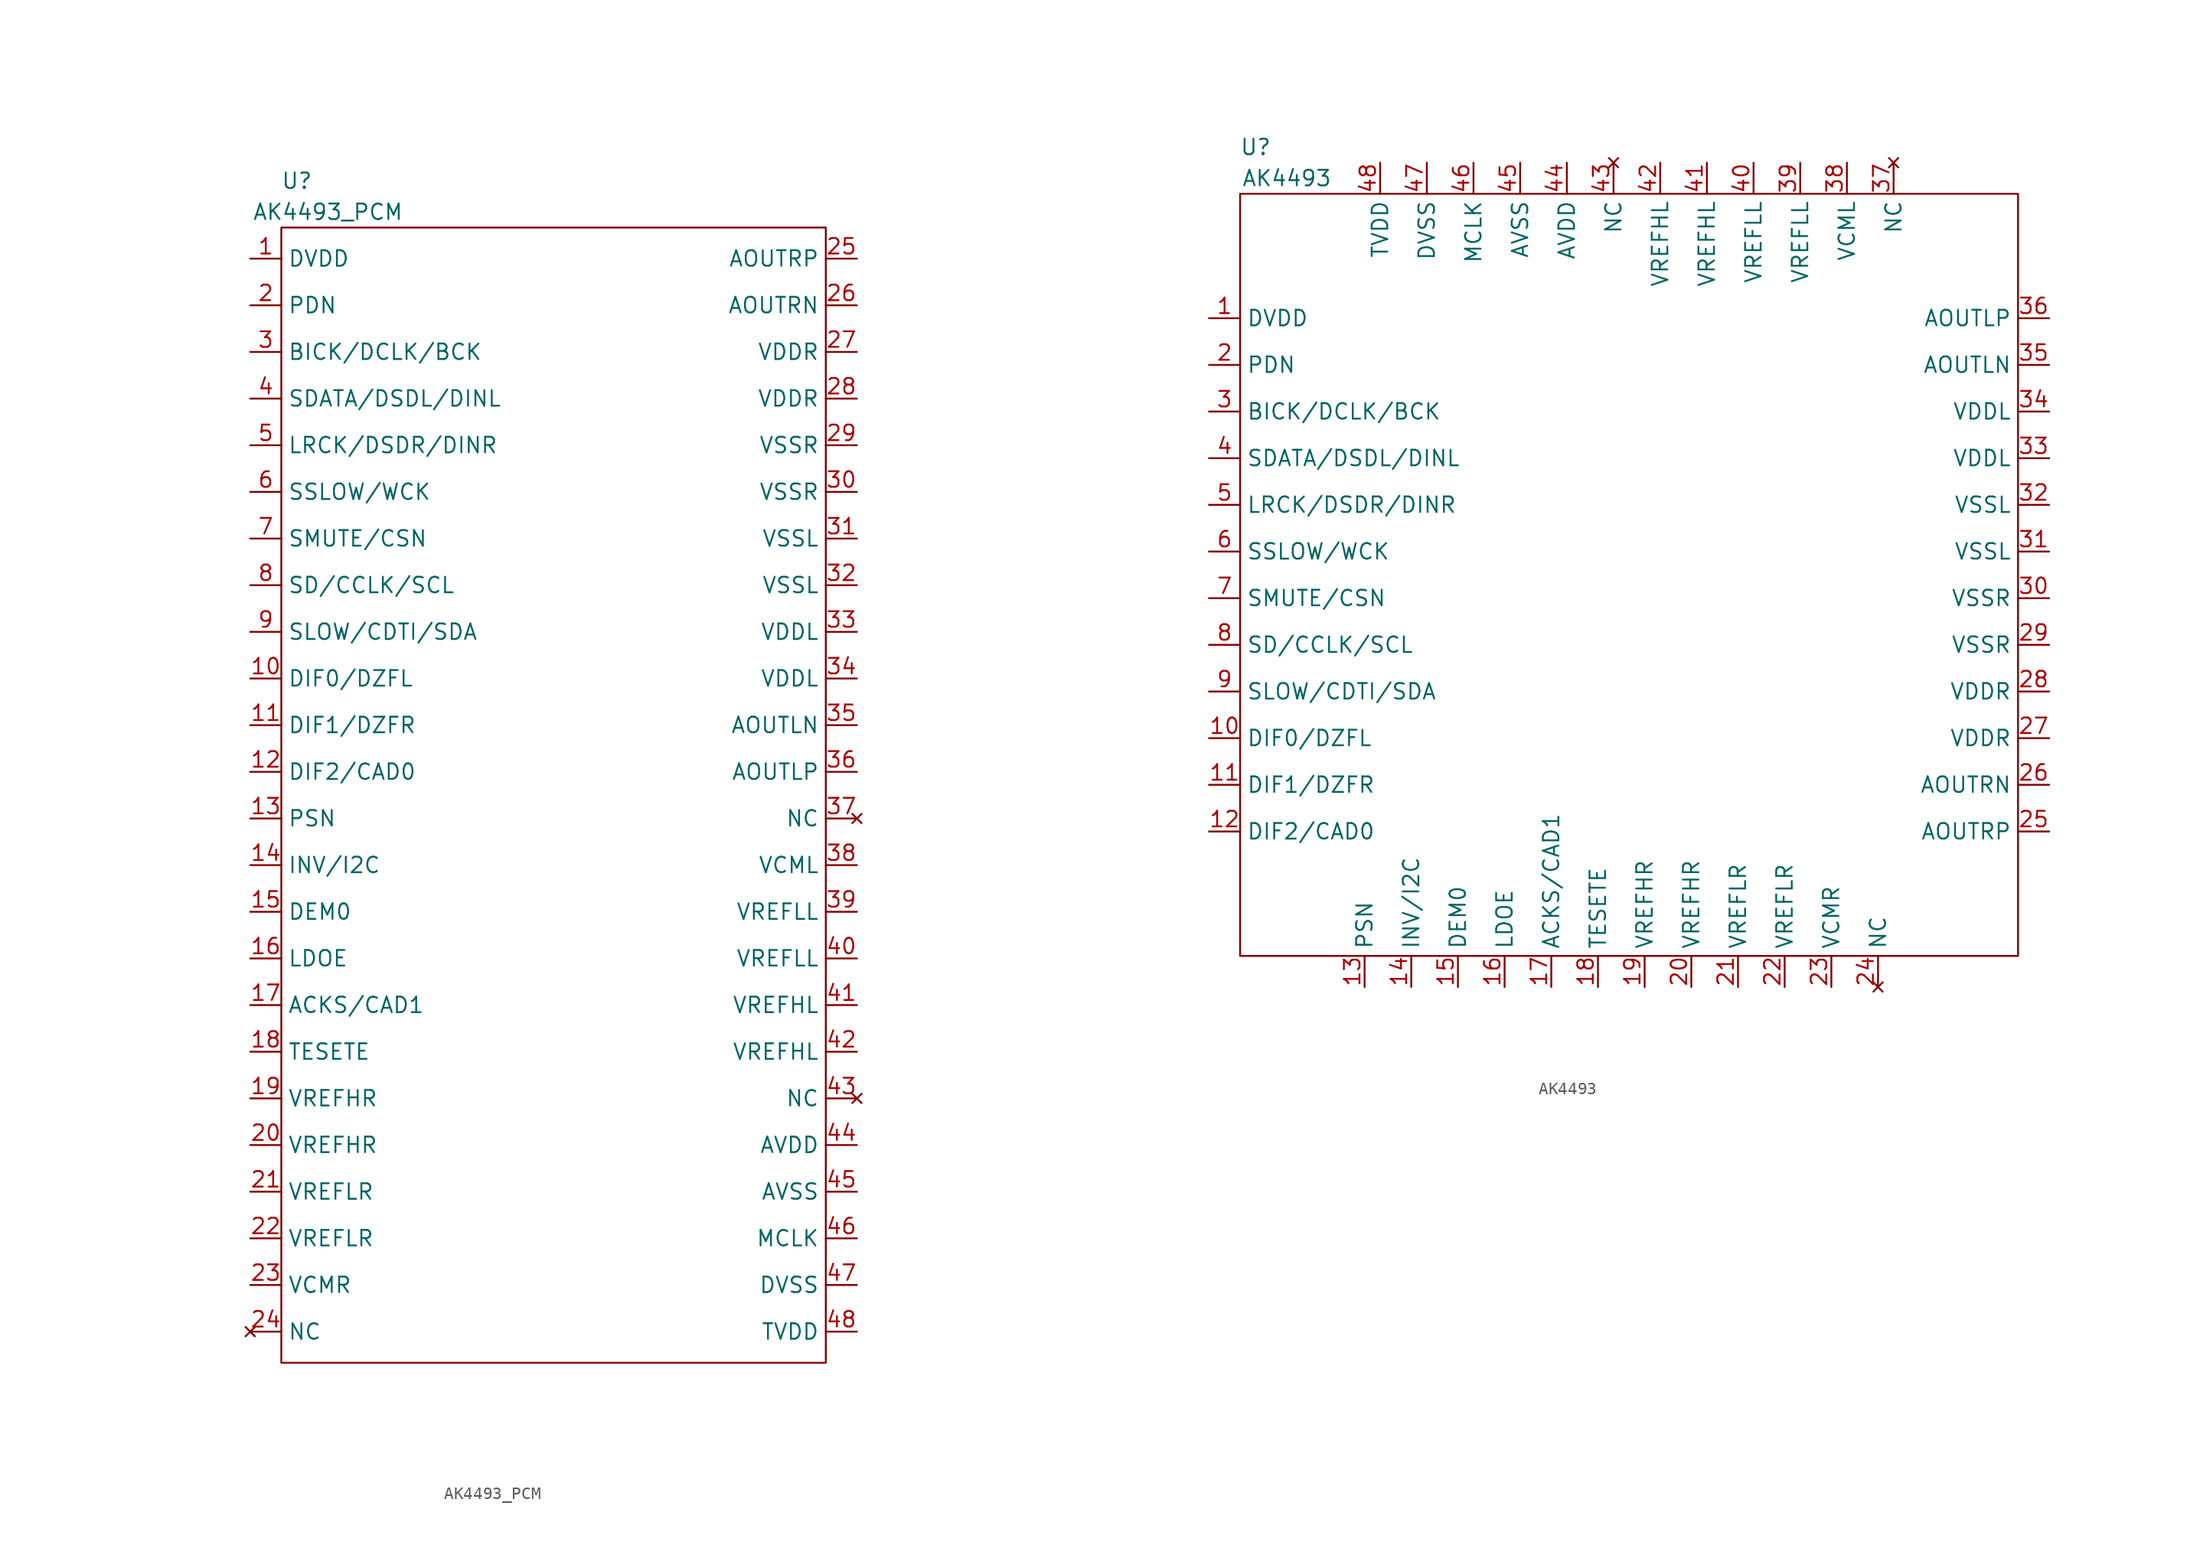
<source format=kicad_sym>
(kicad_symbol_lib
  (version 20211014)
  (generator kicad_symbol_editor)
  (symbol "AK4493_PCM"
    (property "Reference" "U"
      (at 1.27 3.81 0)
      (effects (font (size 1.27 1.27))))
    (property "Value" "AK4493_PCM"
      (at 3.81 1.27 0)
      (effects (font (size 1.27 1.27))))
    (symbol "AK4493_PCM_0_0"
      (text "" (at -12.7 3.81 0) (effects (font (size 1.27 1.27))))
      (text "" (at -7.62 1.27 0) (effects (font (size 1.27 1.27)))))
    (symbol "AK4493_PCM_0_1"
      (rectangle (start 0 0) (end 44.45 -92.71) (stroke (width 0) (type default) (color 0 0 0 0)) (fill (type none))))
    (symbol "AK4493_PCM_1_1"
      (pin power_in line (at -2.54 -2.54 0) (length 2.54) (name "DVDD" (effects (font (size 1.27 1.27)))) (number "1" (effects (font (size 1.27 1.27)))))
      (pin input line (at -2.54 -36.83 0) (length 2.54) (name "DIF0/DZFL" (effects (font (size 1.27 1.27)))) (number "10" (effects (font (size 1.27 1.27)))))
      (pin input line (at -2.54 -40.64 0) (length 2.54) (name "DIF1/DZFR" (effects (font (size 1.27 1.27)))) (number "11" (effects (font (size 1.27 1.27)))))
      (pin input line (at -2.54 -44.45 0) (length 2.54) (name "DIF2/CAD0" (effects (font (size 1.27 1.27)))) (number "12" (effects (font (size 1.27 1.27)))))
      (pin input line (at -2.54 -48.26 0) (length 2.54) (name "PSN" (effects (font (size 1.27 1.27)))) (number "13" (effects (font (size 1.27 1.27)))))
      (pin input line (at -2.54 -52.07 0) (length 2.54) (name "INV/I2C" (effects (font (size 1.27 1.27)))) (number "14" (effects (font (size 1.27 1.27)))))
      (pin input line (at -2.54 -55.88 0) (length 2.54) (name "DEM0" (effects (font (size 1.27 1.27)))) (number "15" (effects (font (size 1.27 1.27)))))
      (pin input line (at -2.54 -59.69 0) (length 2.54) (name "LDOE" (effects (font (size 1.27 1.27)))) (number "16" (effects (font (size 1.27 1.27)))))
      (pin input line (at -2.54 -63.5 0) (length 2.54) (name "ACKS/CAD1" (effects (font (size 1.27 1.27)))) (number "17" (effects (font (size 1.27 1.27)))))
      (pin input line (at -2.54 -67.31 0) (length 2.54) (name "TESETE" (effects (font (size 1.27 1.27)))) (number "18" (effects (font (size 1.27 1.27)))))
      (pin input line (at -2.54 -71.12 0) (length 2.54) (name "VREFHR" (effects (font (size 1.27 1.27)))) (number "19" (effects (font (size 1.27 1.27)))))
      (pin input line (at -2.54 -6.35 0) (length 2.54) (name "PDN" (effects (font (size 1.27 1.27)))) (number "2" (effects (font (size 1.27 1.27)))))
      (pin input line (at -2.54 -74.93 0) (length 2.54) (name "VREFHR" (effects (font (size 1.27 1.27)))) (number "20" (effects (font (size 1.27 1.27)))))
      (pin input line (at -2.54 -78.74 0) (length 2.54) (name "VREFLR" (effects (font (size 1.27 1.27)))) (number "21" (effects (font (size 1.27 1.27)))))
      (pin input line (at -2.54 -82.55 0) (length 2.54) (name "VREFLR" (effects (font (size 1.27 1.27)))) (number "22" (effects (font (size 1.27 1.27)))))
      (pin input line (at -2.54 -86.36 0) (length 2.54) (name "VCMR" (effects (font (size 1.27 1.27)))) (number "23" (effects (font (size 1.27 1.27)))))
      (pin no_connect line (at -2.54 -90.17 0) (length 2.54) (name "NC" (effects (font (size 1.27 1.27)))) (number "24" (effects (font (size 1.27 1.27)))))
      (pin output line (at 46.99 -2.54 180) (length 2.54) (name "AOUTRP" (effects (font (size 1.27 1.27)))) (number "25" (effects (font (size 1.27 1.27)))))
      (pin output line (at 46.99 -6.35 180) (length 2.54) (name "AOUTRN" (effects (font (size 1.27 1.27)))) (number "26" (effects (font (size 1.27 1.27)))))
      (pin input line (at 46.99 -10.16 180) (length 2.54) (name "VDDR" (effects (font (size 1.27 1.27)))) (number "27" (effects (font (size 1.27 1.27)))))
      (pin input line (at 46.99 -13.97 180) (length 2.54) (name "VDDR" (effects (font (size 1.27 1.27)))) (number "28" (effects (font (size 1.27 1.27)))))
      (pin input line (at 46.99 -17.78 180) (length 2.54) (name "VSSR" (effects (font (size 1.27 1.27)))) (number "29" (effects (font (size 1.27 1.27)))))
      (pin input line (at -2.54 -10.16 0) (length 2.54) (name "BICK/DCLK/BCK" (effects (font (size 1.27 1.27)))) (number "3" (effects (font (size 1.27 1.27)))))
      (pin input line (at 46.99 -21.59 180) (length 2.54) (name "VSSR" (effects (font (size 1.27 1.27)))) (number "30" (effects (font (size 1.27 1.27)))))
      (pin input line (at 46.99 -25.4 180) (length 2.54) (name "VSSL" (effects (font (size 1.27 1.27)))) (number "31" (effects (font (size 1.27 1.27)))))
      (pin input line (at 46.99 -29.21 180) (length 2.54) (name "VSSL" (effects (font (size 1.27 1.27)))) (number "32" (effects (font (size 1.27 1.27)))))
      (pin input line (at 46.99 -33.02 180) (length 2.54) (name "VDDL" (effects (font (size 1.27 1.27)))) (number "33" (effects (font (size 1.27 1.27)))))
      (pin input line (at 46.99 -36.83 180) (length 2.54) (name "VDDL" (effects (font (size 1.27 1.27)))) (number "34" (effects (font (size 1.27 1.27)))))
      (pin output line (at 46.99 -40.64 180) (length 2.54) (name "AOUTLN" (effects (font (size 1.27 1.27)))) (number "35" (effects (font (size 1.27 1.27)))))
      (pin output line (at 46.99 -44.45 180) (length 2.54) (name "AOUTLP" (effects (font (size 1.27 1.27)))) (number "36" (effects (font (size 1.27 1.27)))))
      (pin no_connect line (at 46.99 -48.26 180) (length 2.54) (name "NC" (effects (font (size 1.27 1.27)))) (number "37" (effects (font (size 1.27 1.27)))))
      (pin input line (at 46.99 -52.07 180) (length 2.54) (name "VCML" (effects (font (size 1.27 1.27)))) (number "38" (effects (font (size 1.27 1.27)))))
      (pin input line (at 46.99 -55.88 180) (length 2.54) (name "VREFLL" (effects (font (size 1.27 1.27)))) (number "39" (effects (font (size 1.27 1.27)))))
      (pin input line (at -2.54 -13.97 0) (length 2.54) (name "SDATA/DSDL/DINL" (effects (font (size 1.27 1.27)))) (number "4" (effects (font (size 1.27 1.27)))))
      (pin input line (at 46.99 -59.69 180) (length 2.54) (name "VREFLL" (effects (font (size 1.27 1.27)))) (number "40" (effects (font (size 1.27 1.27)))))
      (pin input line (at 46.99 -63.5 180) (length 2.54) (name "VREFHL" (effects (font (size 1.27 1.27)))) (number "41" (effects (font (size 1.27 1.27)))))
      (pin input line (at 46.99 -67.31 180) (length 2.54) (name "VREFHL" (effects (font (size 1.27 1.27)))) (number "42" (effects (font (size 1.27 1.27)))))
      (pin no_connect line (at 46.99 -71.12 180) (length 2.54) (name "NC" (effects (font (size 1.27 1.27)))) (number "43" (effects (font (size 1.27 1.27)))))
      (pin input line (at 46.99 -74.93 180) (length 2.54) (name "AVDD" (effects (font (size 1.27 1.27)))) (number "44" (effects (font (size 1.27 1.27)))))
      (pin input line (at 46.99 -78.74 180) (length 2.54) (name "AVSS" (effects (font (size 1.27 1.27)))) (number "45" (effects (font (size 1.27 1.27)))))
      (pin input line (at 46.99 -82.55 180) (length 2.54) (name "MCLK" (effects (font (size 1.27 1.27)))) (number "46" (effects (font (size 1.27 1.27)))))
      (pin input line (at 46.99 -86.36 180) (length 2.54) (name "DVSS" (effects (font (size 1.27 1.27)))) (number "47" (effects (font (size 1.27 1.27)))))
      (pin input line (at 46.99 -90.17 180) (length 2.54) (name "TVDD" (effects (font (size 1.27 1.27)))) (number "48" (effects (font (size 1.27 1.27)))))
      (pin input line (at -2.54 -17.78 0) (length 2.54) (name "LRCK/DSDR/DINR" (effects (font (size 1.27 1.27)))) (number "5" (effects (font (size 1.27 1.27)))))
      (pin input line (at -2.54 -21.59 0) (length 2.54) (name "SSLOW/WCK" (effects (font (size 1.27 1.27)))) (number "6" (effects (font (size 1.27 1.27)))))
      (pin input line (at -2.54 -25.4 0) (length 2.54) (name "SMUTE/CSN" (effects (font (size 1.27 1.27)))) (number "7" (effects (font (size 1.27 1.27)))))
      (pin input line (at -2.54 -29.21 0) (length 2.54) (name "SD/CCLK/SCL" (effects (font (size 1.27 1.27)))) (number "8" (effects (font (size 1.27 1.27)))))
      (pin input line (at -2.54 -33.02 0) (length 2.54) (name "SLOW/CDTI/SDA" (effects (font (size 1.27 1.27)))) (number "9" (effects (font (size 1.27 1.27)))))))
  (symbol "AK4493"
    (property "Reference" "U"
      (at 1.27 3.81 0)
      (effects (font (size 1.27 1.27))))
    (property "Value" "AK4493"
      (at 3.81 1.27 0)
      (effects (font (size 1.27 1.27))))
    (symbol "AK4493_0_0"
      (text "" (at -12.7 3.81 0) (effects (font (size 1.27 1.27))))
      (text "" (at -7.62 1.27 0) (effects (font (size 1.27 1.27)))))
    (symbol "AK4493_0_1"
      (rectangle (start 0 0) (end 63.5 -62.23) (stroke (width 0) (type default) (color 0 0 0 0)) (fill (type none))))
    (symbol "AK4493_1_1"
      (pin power_in line (at -2.54 -10.16 0) (length 2.54) (name "DVDD" (effects (font (size 1.27 1.27)))) (number "1" (effects (font (size 1.27 1.27)))))
      (pin input line (at -2.54 -44.45 0) (length 2.54) (name "DIF0/DZFL" (effects (font (size 1.27 1.27)))) (number "10" (effects (font (size 1.27 1.27)))))
      (pin input line (at -2.54 -48.26 0) (length 2.54) (name "DIF1/DZFR" (effects (font (size 1.27 1.27)))) (number "11" (effects (font (size 1.27 1.27)))))
      (pin input line (at -2.54 -52.07 0) (length 2.54) (name "DIF2/CAD0" (effects (font (size 1.27 1.27)))) (number "12" (effects (font (size 1.27 1.27)))))
      (pin input line (at 10.16 -64.77 90) (length 2.54) (name "PSN" (effects (font (size 1.27 1.27)))) (number "13" (effects (font (size 1.27 1.27)))))
      (pin input line (at 13.97 -64.77 90) (length 2.54) (name "INV/I2C" (effects (font (size 1.27 1.27)))) (number "14" (effects (font (size 1.27 1.27)))))
      (pin input line (at 17.78 -64.77 90) (length 2.54) (name "DEM0" (effects (font (size 1.27 1.27)))) (number "15" (effects (font (size 1.27 1.27)))))
      (pin input line (at 21.59 -64.77 90) (length 2.54) (name "LDOE" (effects (font (size 1.27 1.27)))) (number "16" (effects (font (size 1.27 1.27)))))
      (pin input line (at 25.4 -64.77 90) (length 2.54) (name "ACKS/CAD1" (effects (font (size 1.27 1.27)))) (number "17" (effects (font (size 1.27 1.27)))))
      (pin input line (at 29.21 -64.77 90) (length 2.54) (name "TESETE" (effects (font (size 1.27 1.27)))) (number "18" (effects (font (size 1.27 1.27)))))
      (pin input line (at 33.02 -64.77 90) (length 2.54) (name "VREFHR" (effects (font (size 1.27 1.27)))) (number "19" (effects (font (size 1.27 1.27)))))
      (pin input line (at -2.54 -13.97 0) (length 2.54) (name "PDN" (effects (font (size 1.27 1.27)))) (number "2" (effects (font (size 1.27 1.27)))))
      (pin input line (at 36.83 -64.77 90) (length 2.54) (name "VREFHR" (effects (font (size 1.27 1.27)))) (number "20" (effects (font (size 1.27 1.27)))))
      (pin input line (at 40.64 -64.77 90) (length 2.54) (name "VREFLR" (effects (font (size 1.27 1.27)))) (number "21" (effects (font (size 1.27 1.27)))))
      (pin input line (at 44.45 -64.77 90) (length 2.54) (name "VREFLR" (effects (font (size 1.27 1.27)))) (number "22" (effects (font (size 1.27 1.27)))))
      (pin input line (at 48.26 -64.77 90) (length 2.54) (name "VCMR" (effects (font (size 1.27 1.27)))) (number "23" (effects (font (size 1.27 1.27)))))
      (pin no_connect line (at 52.07 -64.77 90) (length 2.54) (name "NC" (effects (font (size 1.27 1.27)))) (number "24" (effects (font (size 1.27 1.27)))))
      (pin output line (at 66.04 -52.07 180) (length 2.54) (name "AOUTRP" (effects (font (size 1.27 1.27)))) (number "25" (effects (font (size 1.27 1.27)))))
      (pin output line (at 66.04 -48.26 180) (length 2.54) (name "AOUTRN" (effects (font (size 1.27 1.27)))) (number "26" (effects (font (size 1.27 1.27)))))
      (pin input line (at 66.04 -44.45 180) (length 2.54) (name "VDDR" (effects (font (size 1.27 1.27)))) (number "27" (effects (font (size 1.27 1.27)))))
      (pin input line (at 66.04 -40.64 180) (length 2.54) (name "VDDR" (effects (font (size 1.27 1.27)))) (number "28" (effects (font (size 1.27 1.27)))))
      (pin input line (at 66.04 -36.83 180) (length 2.54) (name "VSSR" (effects (font (size 1.27 1.27)))) (number "29" (effects (font (size 1.27 1.27)))))
      (pin input line (at -2.54 -17.78 0) (length 2.54) (name "BICK/DCLK/BCK" (effects (font (size 1.27 1.27)))) (number "3" (effects (font (size 1.27 1.27)))))
      (pin input line (at 66.04 -33.02 180) (length 2.54) (name "VSSR" (effects (font (size 1.27 1.27)))) (number "30" (effects (font (size 1.27 1.27)))))
      (pin input line (at 66.04 -29.21 180) (length 2.54) (name "VSSL" (effects (font (size 1.27 1.27)))) (number "31" (effects (font (size 1.27 1.27)))))
      (pin input line (at 66.04 -25.4 180) (length 2.54) (name "VSSL" (effects (font (size 1.27 1.27)))) (number "32" (effects (font (size 1.27 1.27)))))
      (pin input line (at 66.04 -21.59 180) (length 2.54) (name "VDDL" (effects (font (size 1.27 1.27)))) (number "33" (effects (font (size 1.27 1.27)))))
      (pin input line (at 66.04 -17.78 180) (length 2.54) (name "VDDL" (effects (font (size 1.27 1.27)))) (number "34" (effects (font (size 1.27 1.27)))))
      (pin output line (at 66.04 -13.97 180) (length 2.54) (name "AOUTLN" (effects (font (size 1.27 1.27)))) (number "35" (effects (font (size 1.27 1.27)))))
      (pin output line (at 66.04 -10.16 180) (length 2.54) (name "AOUTLP" (effects (font (size 1.27 1.27)))) (number "36" (effects (font (size 1.27 1.27)))))
      (pin no_connect line (at 53.34 2.54 270) (length 2.54) (name "NC" (effects (font (size 1.27 1.27)))) (number "37" (effects (font (size 1.27 1.27)))))
      (pin input line (at 49.53 2.54 270) (length 2.54) (name "VCML" (effects (font (size 1.27 1.27)))) (number "38" (effects (font (size 1.27 1.27)))))
      (pin input line (at 45.72 2.54 270) (length 2.54) (name "VREFLL" (effects (font (size 1.27 1.27)))) (number "39" (effects (font (size 1.27 1.27)))))
      (pin input line (at -2.54 -21.59 0) (length 2.54) (name "SDATA/DSDL/DINL" (effects (font (size 1.27 1.27)))) (number "4" (effects (font (size 1.27 1.27)))))
      (pin input line (at 41.91 2.54 270) (length 2.54) (name "VREFLL" (effects (font (size 1.27 1.27)))) (number "40" (effects (font (size 1.27 1.27)))))
      (pin input line (at 38.1 2.54 270) (length 2.54) (name "VREFHL" (effects (font (size 1.27 1.27)))) (number "41" (effects (font (size 1.27 1.27)))))
      (pin input line (at 34.29 2.54 270) (length 2.54) (name "VREFHL" (effects (font (size 1.27 1.27)))) (number "42" (effects (font (size 1.27 1.27)))))
      (pin no_connect line (at 30.48 2.54 270) (length 2.54) (name "NC" (effects (font (size 1.27 1.27)))) (number "43" (effects (font (size 1.27 1.27)))))
      (pin input line (at 26.67 2.54 270) (length 2.54) (name "AVDD" (effects (font (size 1.27 1.27)))) (number "44" (effects (font (size 1.27 1.27)))))
      (pin input line (at 22.86 2.54 270) (length 2.54) (name "AVSS" (effects (font (size 1.27 1.27)))) (number "45" (effects (font (size 1.27 1.27)))))
      (pin input line (at 19.05 2.54 270) (length 2.54) (name "MCLK" (effects (font (size 1.27 1.27)))) (number "46" (effects (font (size 1.27 1.27)))))
      (pin input line (at 15.24 2.54 270) (length 2.54) (name "DVSS" (effects (font (size 1.27 1.27)))) (number "47" (effects (font (size 1.27 1.27)))))
      (pin input line (at 11.43 2.54 270) (length 2.54) (name "TVDD" (effects (font (size 1.27 1.27)))) (number "48" (effects (font (size 1.27 1.27)))))
      (pin input line (at -2.54 -25.4 0) (length 2.54) (name "LRCK/DSDR/DINR" (effects (font (size 1.27 1.27)))) (number "5" (effects (font (size 1.27 1.27)))))
      (pin input line (at -2.54 -29.21 0) (length 2.54) (name "SSLOW/WCK" (effects (font (size 1.27 1.27)))) (number "6" (effects (font (size 1.27 1.27)))))
      (pin input line (at -2.54 -33.02 0) (length 2.54) (name "SMUTE/CSN" (effects (font (size 1.27 1.27)))) (number "7" (effects (font (size 1.27 1.27)))))
      (pin input line (at -2.54 -36.83 0) (length 2.54) (name "SD/CCLK/SCL" (effects (font (size 1.27 1.27)))) (number "8" (effects (font (size 1.27 1.27)))))
      (pin input line (at -2.54 -40.64 0) (length 2.54) (name "SLOW/CDTI/SDA" (effects (font (size 1.27 1.27)))) (number "9" (effects (font (size 1.27 1.27))))))))
</source>
